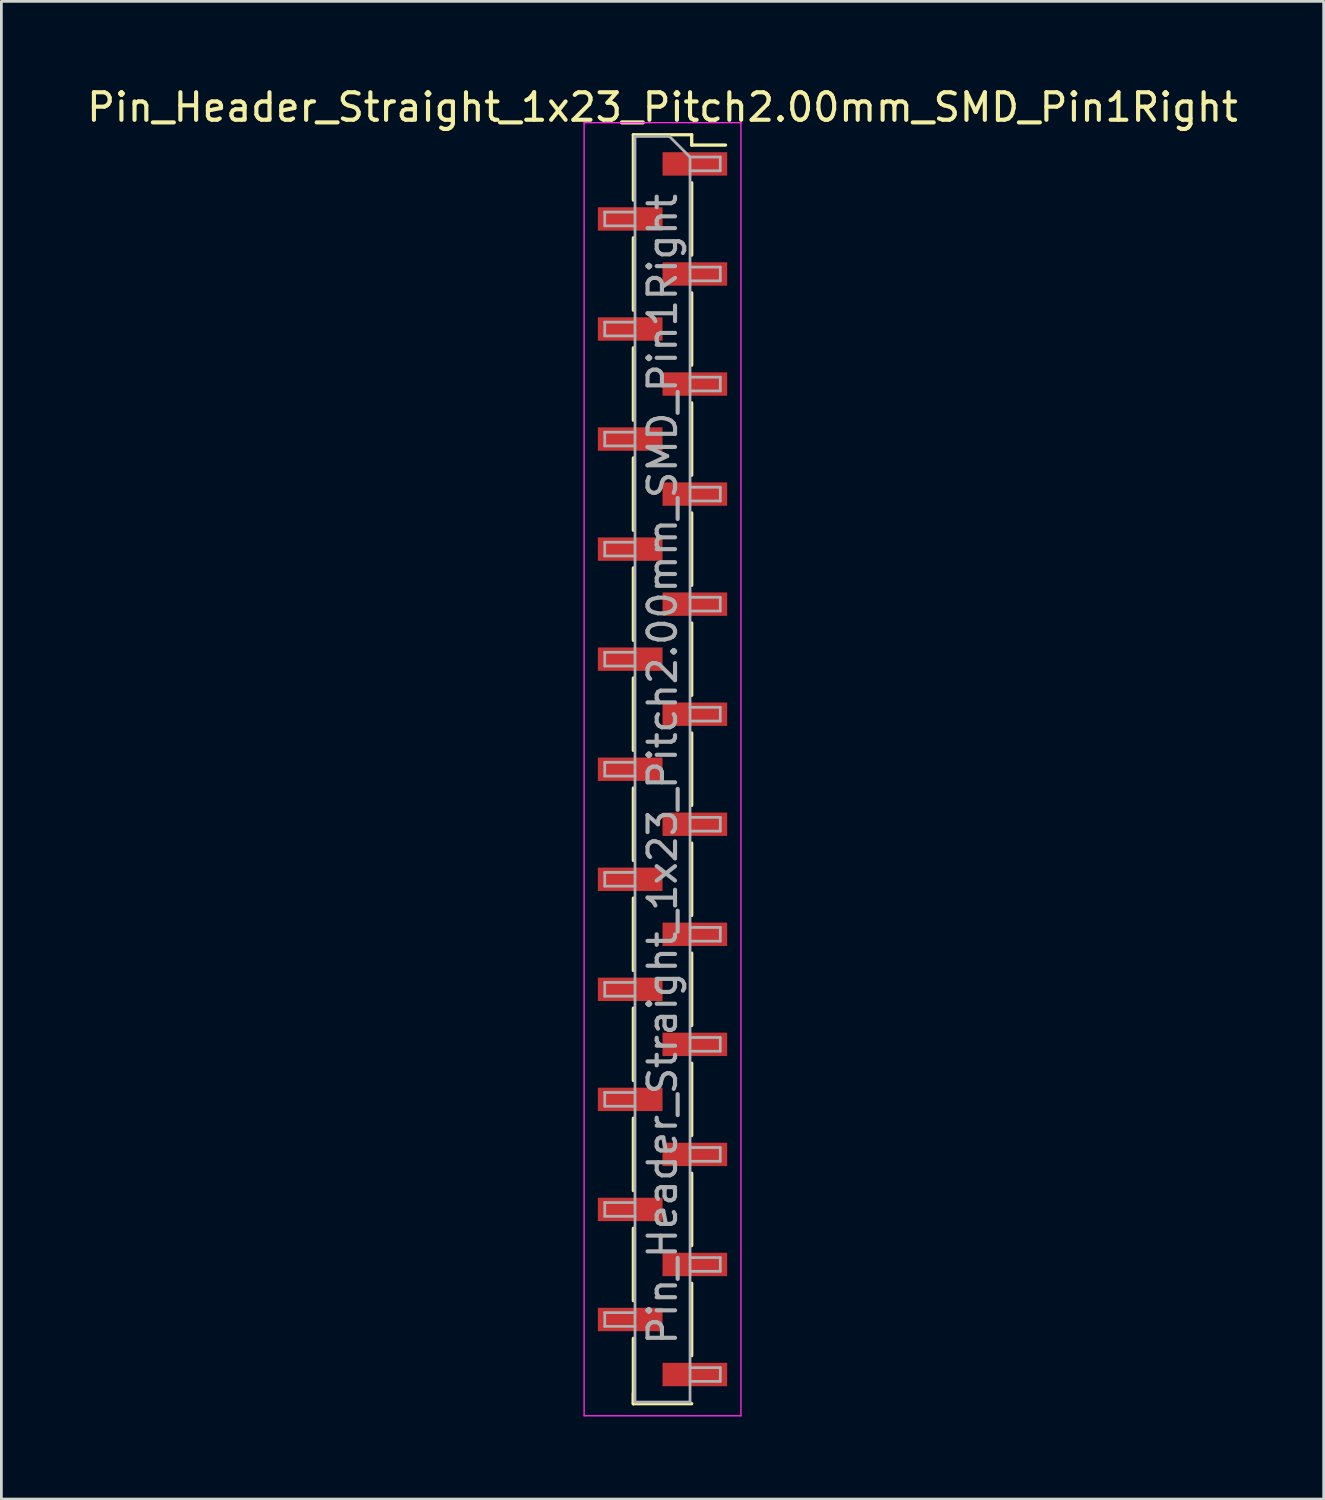
<source format=kicad_pcb>
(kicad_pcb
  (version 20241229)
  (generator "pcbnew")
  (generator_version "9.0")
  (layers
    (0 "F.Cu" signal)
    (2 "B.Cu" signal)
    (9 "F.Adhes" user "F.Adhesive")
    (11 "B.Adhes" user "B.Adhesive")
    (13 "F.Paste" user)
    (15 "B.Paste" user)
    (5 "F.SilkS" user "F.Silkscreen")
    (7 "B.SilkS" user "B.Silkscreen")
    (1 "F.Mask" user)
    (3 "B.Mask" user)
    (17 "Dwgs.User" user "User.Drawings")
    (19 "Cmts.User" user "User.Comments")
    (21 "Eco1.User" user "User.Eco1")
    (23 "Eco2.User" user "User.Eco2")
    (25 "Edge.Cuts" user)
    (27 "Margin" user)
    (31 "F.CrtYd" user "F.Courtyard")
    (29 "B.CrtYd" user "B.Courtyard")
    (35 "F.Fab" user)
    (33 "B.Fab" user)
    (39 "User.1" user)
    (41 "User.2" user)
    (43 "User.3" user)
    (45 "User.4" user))
  (footprint "Pin_Header_Straight_1x23_Pitch2.00mm_SMD_Pin1Right"
    (layer "F.Cu")
    (at 21.03 24.908)
    (property "Reference" "Pin_Header_Straight_1x23_Pitch2.00mm_SMD_Pin1Right" (at 0 -24.06 0) (layer "F.SilkS") (effects (font (size 1 1) (thickness 0.15))))
    (attr smd)
    (fp_line (start -1.06 -23.06) (end -1.06 -20.685) (stroke (width 0.12) (type solid)) (layer "F.SilkS"))
    (fp_line (start -1.06 -23.06) (end 1.06 -23.06) (stroke (width 0.12) (type solid)) (layer "F.SilkS"))
    (fp_line (start -1.06 -19.315) (end -1.06 -16.685) (stroke (width 0.12) (type solid)) (layer "F.SilkS"))
    (fp_line (start -1.06 -15.315) (end -1.06 -12.685) (stroke (width 0.12) (type solid)) (layer "F.SilkS"))
    (fp_line (start -1.06 -11.315) (end -1.06 -8.685) (stroke (width 0.12) (type solid)) (layer "F.SilkS"))
    (fp_line (start -1.06 -7.315) (end -1.06 -4.685) (stroke (width 0.12) (type solid)) (layer "F.SilkS"))
    (fp_line (start -1.06 -3.315) (end -1.06 -0.685) (stroke (width 0.12) (type solid)) (layer "F.SilkS"))
    (fp_line (start -1.06 0.685) (end -1.06 3.315) (stroke (width 0.12) (type solid)) (layer "F.SilkS"))
    (fp_line (start -1.06 4.685) (end -1.06 7.315) (stroke (width 0.12) (type solid)) (layer "F.SilkS"))
    (fp_line (start -1.06 8.685) (end -1.06 11.315) (stroke (width 0.12) (type solid)) (layer "F.SilkS"))
    (fp_line (start -1.06 12.685) (end -1.06 15.315) (stroke (width 0.12) (type solid)) (layer "F.SilkS"))
    (fp_line (start -1.06 16.685) (end -1.06 19.315) (stroke (width 0.12) (type solid)) (layer "F.SilkS"))
    (fp_line (start -1.06 20.685) (end -1.06 23.06) (stroke (width 0.12) (type solid)) (layer "F.SilkS"))
    (fp_line (start -1.06 22.685) (end -1.06 23.06) (stroke (width 0.12) (type solid)) (layer "F.SilkS"))
    (fp_line (start -1.06 23.06) (end 1.06 23.06) (stroke (width 0.12) (type solid)) (layer "F.SilkS"))
    (fp_line (start 1.06 -23.06) (end 1.06 -22.685) (stroke (width 0.12) (type solid)) (layer "F.SilkS"))
    (fp_line (start 1.06 -22.685) (end 2.29 -22.685) (stroke (width 0.12) (type solid)) (layer "F.SilkS"))
    (fp_line (start 1.06 -21.315) (end 1.06 -18.685) (stroke (width 0.12) (type solid)) (layer "F.SilkS"))
    (fp_line (start 1.06 -17.315) (end 1.06 -14.685) (stroke (width 0.12) (type solid)) (layer "F.SilkS"))
    (fp_line (start 1.06 -13.315) (end 1.06 -10.685) (stroke (width 0.12) (type solid)) (layer "F.SilkS"))
    (fp_line (start 1.06 -9.315) (end 1.06 -6.685) (stroke (width 0.12) (type solid)) (layer "F.SilkS"))
    (fp_line (start 1.06 -5.315) (end 1.06 -2.685) (stroke (width 0.12) (type solid)) (layer "F.SilkS"))
    (fp_line (start 1.06 -1.315) (end 1.06 1.315) (stroke (width 0.12) (type solid)) (layer "F.SilkS"))
    (fp_line (start 1.06 2.685) (end 1.06 5.315) (stroke (width 0.12) (type solid)) (layer "F.SilkS"))
    (fp_line (start 1.06 6.685) (end 1.06 9.315) (stroke (width 0.12) (type solid)) (layer "F.SilkS"))
    (fp_line (start 1.06 10.685) (end 1.06 13.315) (stroke (width 0.12) (type solid)) (layer "F.SilkS"))
    (fp_line (start 1.06 14.685) (end 1.06 17.315) (stroke (width 0.12) (type solid)) (layer "F.SilkS"))
    (fp_line (start 1.06 18.685) (end 1.06 21.315) (stroke (width 0.12) (type solid)) (layer "F.SilkS"))
    (fp_line (start -2.85 -23.5) (end -2.85 23.5) (stroke (width 0.05) (type solid)) (layer "F.CrtYd"))
    (fp_line (start -2.85 23.5) (end 2.85 23.5) (stroke (width 0.05) (type solid)) (layer "F.CrtYd"))
    (fp_line (start 2.85 -23.5) (end -2.85 -23.5) (stroke (width 0.05) (type solid)) (layer "F.CrtYd"))
    (fp_line (start 2.85 23.5) (end 2.85 -23.5) (stroke (width 0.05) (type solid)) (layer "F.CrtYd"))
    (fp_line (start -2.1 -20.25) (end -2.1 -19.75) (stroke (width 0.1) (type solid)) (layer "F.Fab"))
    (fp_line (start -2.1 -19.75) (end -1 -19.75) (stroke (width 0.1) (type solid)) (layer "F.Fab"))
    (fp_line (start -2.1 -16.25) (end -2.1 -15.75) (stroke (width 0.1) (type solid)) (layer "F.Fab"))
    (fp_line (start -2.1 -15.75) (end -1 -15.75) (stroke (width 0.1) (type solid)) (layer "F.Fab"))
    (fp_line (start -2.1 -12.25) (end -2.1 -11.75) (stroke (width 0.1) (type solid)) (layer "F.Fab"))
    (fp_line (start -2.1 -11.75) (end -1 -11.75) (stroke (width 0.1) (type solid)) (layer "F.Fab"))
    (fp_line (start -2.1 -8.25) (end -2.1 -7.75) (stroke (width 0.1) (type solid)) (layer "F.Fab"))
    (fp_line (start -2.1 -7.75) (end -1 -7.75) (stroke (width 0.1) (type solid)) (layer "F.Fab"))
    (fp_line (start -2.1 -4.25) (end -2.1 -3.75) (stroke (width 0.1) (type solid)) (layer "F.Fab"))
    (fp_line (start -2.1 -3.75) (end -1 -3.75) (stroke (width 0.1) (type solid)) (layer "F.Fab"))
    (fp_line (start -2.1 -0.25) (end -2.1 0.25) (stroke (width 0.1) (type solid)) (layer "F.Fab"))
    (fp_line (start -2.1 0.25) (end -1 0.25) (stroke (width 0.1) (type solid)) (layer "F.Fab"))
    (fp_line (start -2.1 3.75) (end -2.1 4.25) (stroke (width 0.1) (type solid)) (layer "F.Fab"))
    (fp_line (start -2.1 4.25) (end -1 4.25) (stroke (width 0.1) (type solid)) (layer "F.Fab"))
    (fp_line (start -2.1 7.75) (end -2.1 8.25) (stroke (width 0.1) (type solid)) (layer "F.Fab"))
    (fp_line (start -2.1 8.25) (end -1 8.25) (stroke (width 0.1) (type solid)) (layer "F.Fab"))
    (fp_line (start -2.1 11.75) (end -2.1 12.25) (stroke (width 0.1) (type solid)) (layer "F.Fab"))
    (fp_line (start -2.1 12.25) (end -1 12.25) (stroke (width 0.1) (type solid)) (layer "F.Fab"))
    (fp_line (start -2.1 15.75) (end -2.1 16.25) (stroke (width 0.1) (type solid)) (layer "F.Fab"))
    (fp_line (start -2.1 16.25) (end -1 16.25) (stroke (width 0.1) (type solid)) (layer "F.Fab"))
    (fp_line (start -2.1 19.75) (end -2.1 20.25) (stroke (width 0.1) (type solid)) (layer "F.Fab"))
    (fp_line (start -2.1 20.25) (end -1 20.25) (stroke (width 0.1) (type solid)) (layer "F.Fab"))
    (fp_line (start -1 -23) (end -1 23) (stroke (width 0.1) (type solid)) (layer "F.Fab"))
    (fp_line (start -1 -23) (end 0.25 -23) (stroke (width 0.1) (type solid)) (layer "F.Fab"))
    (fp_line (start -1 -20.25) (end -2.1 -20.25) (stroke (width 0.1) (type solid)) (layer "F.Fab"))
    (fp_line (start -1 -16.25) (end -2.1 -16.25) (stroke (width 0.1) (type solid)) (layer "F.Fab"))
    (fp_line (start -1 -12.25) (end -2.1 -12.25) (stroke (width 0.1) (type solid)) (layer "F.Fab"))
    (fp_line (start -1 -8.25) (end -2.1 -8.25) (stroke (width 0.1) (type solid)) (layer "F.Fab"))
    (fp_line (start -1 -4.25) (end -2.1 -4.25) (stroke (width 0.1) (type solid)) (layer "F.Fab"))
    (fp_line (start -1 -0.25) (end -2.1 -0.25) (stroke (width 0.1) (type solid)) (layer "F.Fab"))
    (fp_line (start -1 3.75) (end -2.1 3.75) (stroke (width 0.1) (type solid)) (layer "F.Fab"))
    (fp_line (start -1 7.75) (end -2.1 7.75) (stroke (width 0.1) (type solid)) (layer "F.Fab"))
    (fp_line (start -1 11.75) (end -2.1 11.75) (stroke (width 0.1) (type solid)) (layer "F.Fab"))
    (fp_line (start -1 15.75) (end -2.1 15.75) (stroke (width 0.1) (type solid)) (layer "F.Fab"))
    (fp_line (start -1 19.75) (end -2.1 19.75) (stroke (width 0.1) (type solid)) (layer "F.Fab"))
    (fp_line (start 1 -22.25) (end 0.25 -23) (stroke (width 0.1) (type solid)) (layer "F.Fab"))
    (fp_line (start 1 -22.25) (end 2.1 -22.25) (stroke (width 0.1) (type solid)) (layer "F.Fab"))
    (fp_line (start 1 -18.25) (end 2.1 -18.25) (stroke (width 0.1) (type solid)) (layer "F.Fab"))
    (fp_line (start 1 -14.25) (end 2.1 -14.25) (stroke (width 0.1) (type solid)) (layer "F.Fab"))
    (fp_line (start 1 -10.25) (end 2.1 -10.25) (stroke (width 0.1) (type solid)) (layer "F.Fab"))
    (fp_line (start 1 -6.25) (end 2.1 -6.25) (stroke (width 0.1) (type solid)) (layer "F.Fab"))
    (fp_line (start 1 -2.25) (end 2.1 -2.25) (stroke (width 0.1) (type solid)) (layer "F.Fab"))
    (fp_line (start 1 1.75) (end 2.1 1.75) (stroke (width 0.1) (type solid)) (layer "F.Fab"))
    (fp_line (start 1 5.75) (end 2.1 5.75) (stroke (width 0.1) (type solid)) (layer "F.Fab"))
    (fp_line (start 1 9.75) (end 2.1 9.75) (stroke (width 0.1) (type solid)) (layer "F.Fab"))
    (fp_line (start 1 13.75) (end 2.1 13.75) (stroke (width 0.1) (type solid)) (layer "F.Fab"))
    (fp_line (start 1 17.75) (end 2.1 17.75) (stroke (width 0.1) (type solid)) (layer "F.Fab"))
    (fp_line (start 1 21.75) (end 2.1 21.75) (stroke (width 0.1) (type solid)) (layer "F.Fab"))
    (fp_line (start 1 23) (end -1 23) (stroke (width 0.1) (type solid)) (layer "F.Fab"))
    (fp_line (start 1 23) (end 1 -22.25) (stroke (width 0.1) (type solid)) (layer "F.Fab"))
    (fp_line (start 2.1 -22.25) (end 2.1 -21.75) (stroke (width 0.1) (type solid)) (layer "F.Fab"))
    (fp_line (start 2.1 -21.75) (end 1 -21.75) (stroke (width 0.1) (type solid)) (layer "F.Fab"))
    (fp_line (start 2.1 -18.25) (end 2.1 -17.75) (stroke (width 0.1) (type solid)) (layer "F.Fab"))
    (fp_line (start 2.1 -17.75) (end 1 -17.75) (stroke (width 0.1) (type solid)) (layer "F.Fab"))
    (fp_line (start 2.1 -14.25) (end 2.1 -13.75) (stroke (width 0.1) (type solid)) (layer "F.Fab"))
    (fp_line (start 2.1 -13.75) (end 1 -13.75) (stroke (width 0.1) (type solid)) (layer "F.Fab"))
    (fp_line (start 2.1 -10.25) (end 2.1 -9.75) (stroke (width 0.1) (type solid)) (layer "F.Fab"))
    (fp_line (start 2.1 -9.75) (end 1 -9.75) (stroke (width 0.1) (type solid)) (layer "F.Fab"))
    (fp_line (start 2.1 -6.25) (end 2.1 -5.75) (stroke (width 0.1) (type solid)) (layer "F.Fab"))
    (fp_line (start 2.1 -5.75) (end 1 -5.75) (stroke (width 0.1) (type solid)) (layer "F.Fab"))
    (fp_line (start 2.1 -2.25) (end 2.1 -1.75) (stroke (width 0.1) (type solid)) (layer "F.Fab"))
    (fp_line (start 2.1 -1.75) (end 1 -1.75) (stroke (width 0.1) (type solid)) (layer "F.Fab"))
    (fp_line (start 2.1 1.75) (end 2.1 2.25) (stroke (width 0.1) (type solid)) (layer "F.Fab"))
    (fp_line (start 2.1 2.25) (end 1 2.25) (stroke (width 0.1) (type solid)) (layer "F.Fab"))
    (fp_line (start 2.1 5.75) (end 2.1 6.25) (stroke (width 0.1) (type solid)) (layer "F.Fab"))
    (fp_line (start 2.1 6.25) (end 1 6.25) (stroke (width 0.1) (type solid)) (layer "F.Fab"))
    (fp_line (start 2.1 9.75) (end 2.1 10.25) (stroke (width 0.1) (type solid)) (layer "F.Fab"))
    (fp_line (start 2.1 10.25) (end 1 10.25) (stroke (width 0.1) (type solid)) (layer "F.Fab"))
    (fp_line (start 2.1 13.75) (end 2.1 14.25) (stroke (width 0.1) (type solid)) (layer "F.Fab"))
    (fp_line (start 2.1 14.25) (end 1 14.25) (stroke (width 0.1) (type solid)) (layer "F.Fab"))
    (fp_line (start 2.1 17.75) (end 2.1 18.25) (stroke (width 0.1) (type solid)) (layer "F.Fab"))
    (fp_line (start 2.1 18.25) (end 1 18.25) (stroke (width 0.1) (type solid)) (layer "F.Fab"))
    (fp_line (start 2.1 21.75) (end 2.1 22.25) (stroke (width 0.1) (type solid)) (layer "F.Fab"))
    (fp_line (start 2.1 22.25) (end 1 22.25) (stroke (width 0.1) (type solid)) (layer "F.Fab"))
    (fp_text user "${REFERENCE}" (at 0 0 90) (layer "F.Fab") (effects (font (size 1 1) (thickness 0.15))))
    (pad "1" smd rect (at 1.175 -22) (size 2.35 0.85) (layers "F.Cu" "F.Mask" "F.Paste"))
    (pad "2" smd rect (at -1.175 -20) (size 2.35 0.85) (layers "F.Cu" "F.Mask" "F.Paste"))
    (pad "3" smd rect (at 1.175 -18) (size 2.35 0.85) (layers "F.Cu" "F.Mask" "F.Paste"))
    (pad "4" smd rect (at -1.175 -16) (size 2.35 0.85) (layers "F.Cu" "F.Mask" "F.Paste"))
    (pad "5" smd rect (at 1.175 -14) (size 2.35 0.85) (layers "F.Cu" "F.Mask" "F.Paste"))
    (pad "6" smd rect (at -1.175 -12) (size 2.35 0.85) (layers "F.Cu" "F.Mask" "F.Paste"))
    (pad "7" smd rect (at 1.175 -10) (size 2.35 0.85) (layers "F.Cu" "F.Mask" "F.Paste"))
    (pad "8" smd rect (at -1.175 -8) (size 2.35 0.85) (layers "F.Cu" "F.Mask" "F.Paste"))
    (pad "9" smd rect (at 1.175 -6) (size 2.35 0.85) (layers "F.Cu" "F.Mask" "F.Paste"))
    (pad "10" smd rect (at -1.175 -4) (size 2.35 0.85) (layers "F.Cu" "F.Mask" "F.Paste"))
    (pad "11" smd rect (at 1.175 -2) (size 2.35 0.85) (layers "F.Cu" "F.Mask" "F.Paste"))
    (pad "12" smd rect (at -1.175 0) (size 2.35 0.85) (layers "F.Cu" "F.Mask" "F.Paste"))
    (pad "13" smd rect (at 1.175 2) (size 2.35 0.85) (layers "F.Cu" "F.Mask" "F.Paste"))
    (pad "14" smd rect (at -1.175 4) (size 2.35 0.85) (layers "F.Cu" "F.Mask" "F.Paste"))
    (pad "15" smd rect (at 1.175 6) (size 2.35 0.85) (layers "F.Cu" "F.Mask" "F.Paste"))
    (pad "16" smd rect (at -1.175 8) (size 2.35 0.85) (layers "F.Cu" "F.Mask" "F.Paste"))
    (pad "17" smd rect (at 1.175 10) (size 2.35 0.85) (layers "F.Cu" "F.Mask" "F.Paste"))
    (pad "18" smd rect (at -1.175 12) (size 2.35 0.85) (layers "F.Cu" "F.Mask" "F.Paste"))
    (pad "19" smd rect (at 1.175 14) (size 2.35 0.85) (layers "F.Cu" "F.Mask" "F.Paste"))
    (pad "20" smd rect (at -1.175 16) (size 2.35 0.85) (layers "F.Cu" "F.Mask" "F.Paste"))
    (pad "21" smd rect (at 1.175 18) (size 2.35 0.85) (layers "F.Cu" "F.Mask" "F.Paste"))
    (pad "22" smd rect (at -1.175 20) (size 2.35 0.85) (layers "F.Cu" "F.Mask" "F.Paste"))
    (pad "23" smd rect (at 1.175 22) (size 2.35 0.85) (layers "F.Cu" "F.Mask" "F.Paste")))
  (gr_rect
    (start -3 -3)
    (end 45.06 51.433)
    (stroke (width 0.1) (type default))
    (fill no)
    (layer "Edge.Cuts")))
</source>
